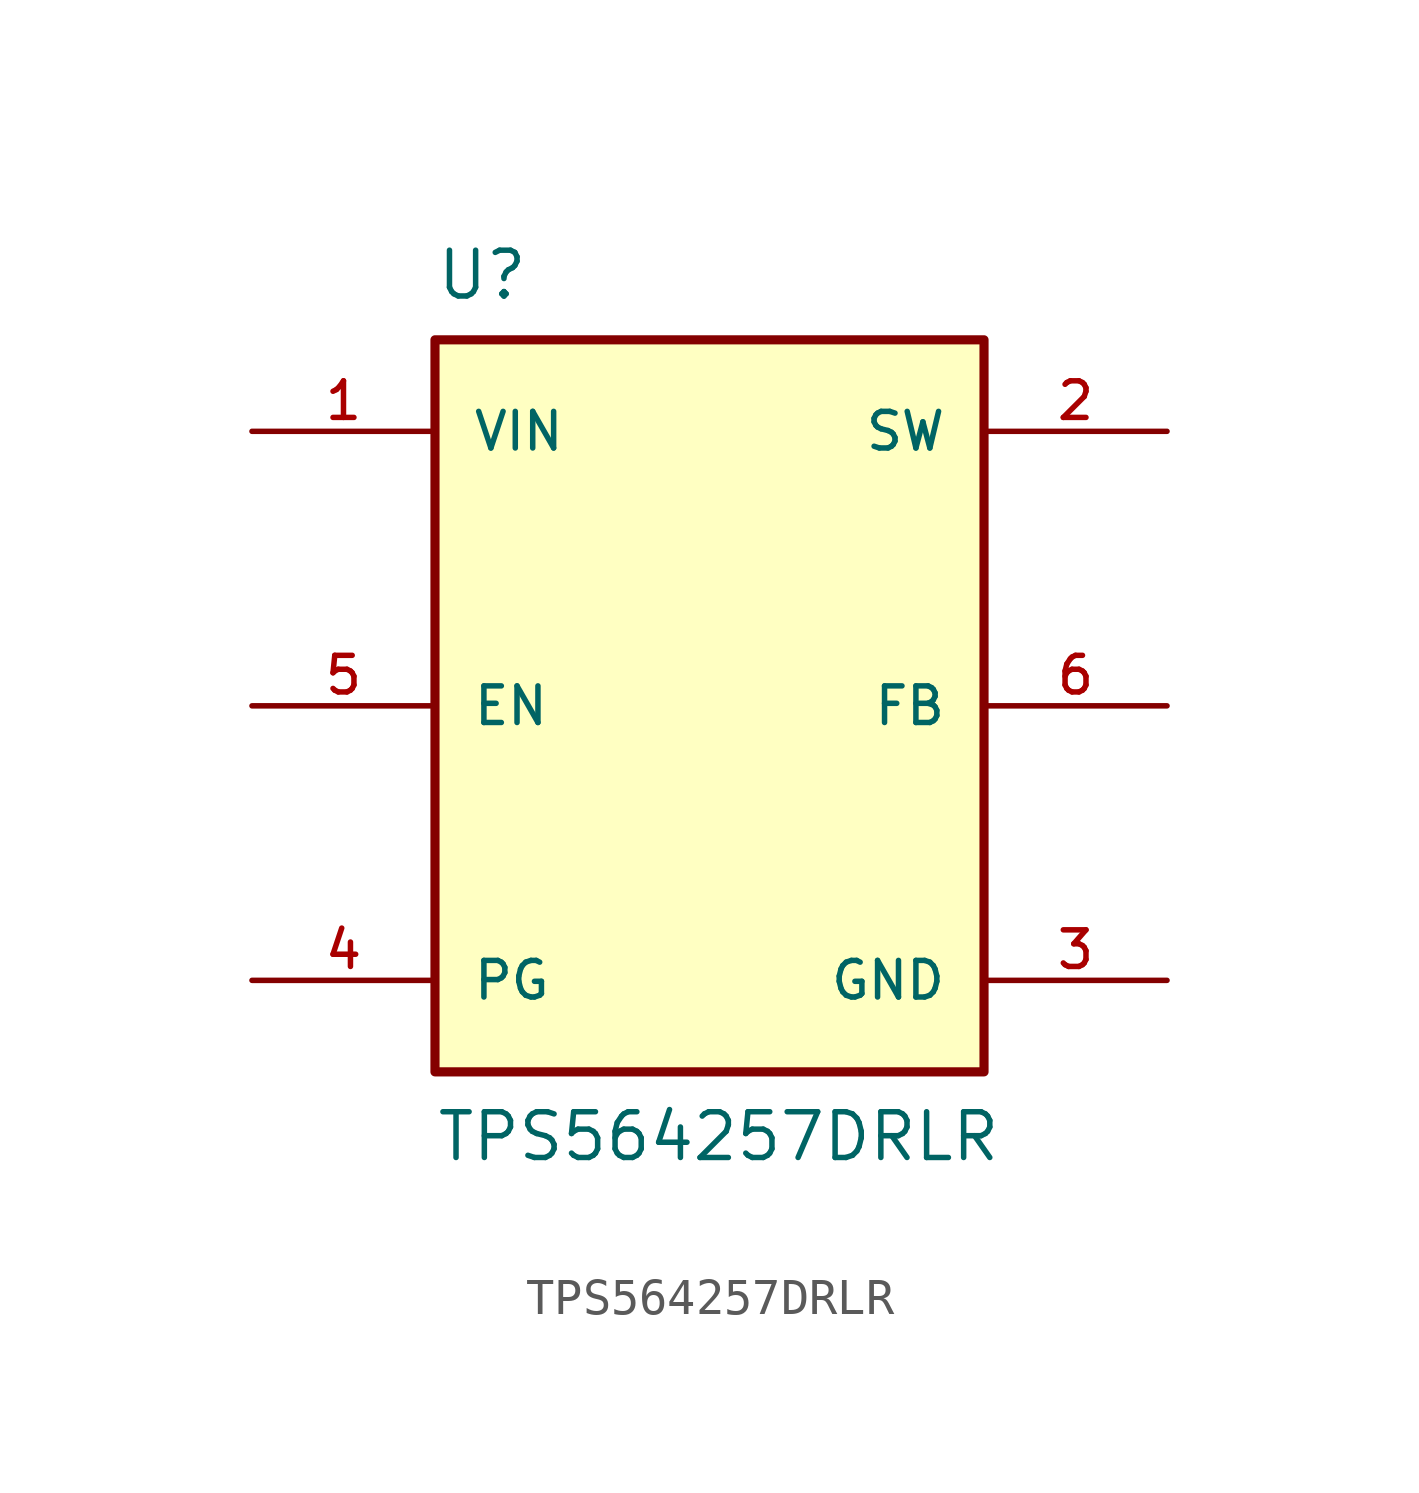
<source format=kicad_sym>
(kicad_symbol_lib
  (version 20231120)
  (generator "kicad_symbol_editor")
  (generator_version "8.0")
  (symbol "TPS564257DRLR"
    (pin_names
      (offset 1.016))
    (property "Reference" "U"
      (at -7.62 12.7 0)
      (effects (font (size 1.27 1.27)) (justify left top)))
    (property "Value" "TPS564257DRLR"
      (at -7.62 -12.7 0)
      (effects (font (size 1.27 1.27)) (justify left bottom)))
    (symbol "TPS564257DRLR_0_0"
      (rectangle (start -7.62 -10.16) (end 7.62 10.16) (stroke (width 0.254) (type default)) (fill (type background)))
      (pin power_in line (at -12.7 7.62 0) (length 5.08) (name "VIN" (effects (font (size 1.016 1.016)))) (number "1" (effects (font (size 1.016 1.016)))))
      (pin power_in line (at 12.7 -7.62 180) (length 5.08) (name "GND" (effects (font (size 1.016 1.016)))) (number "3" (effects (font (size 1.016 1.016)))))
      (pin output line (at -12.7 -7.62 0) (length 5.08) (name "PG" (effects (font (size 1.016 1.016)))) (number "4" (effects (font (size 1.016 1.016)))))
      (pin input line (at -12.7 0 0) (length 5.08) (name "EN" (effects (font (size 1.016 1.016)))) (number "5" (effects (font (size 1.016 1.016)))))
      (pin input line (at 12.7 0 180) (length 5.08) (name "FB" (effects (font (size 1.016 1.016)))) (number "6" (effects (font (size 1.016 1.016))))))
    (symbol "TPS564257DRLR_1_0"
      (pin power_out line (at 12.7 7.62 180) (length 5.08) (name "SW" (effects (font (size 1.016 1.016)))) (number "2" (effects (font (size 1.016 1.016))))))))
</source>
